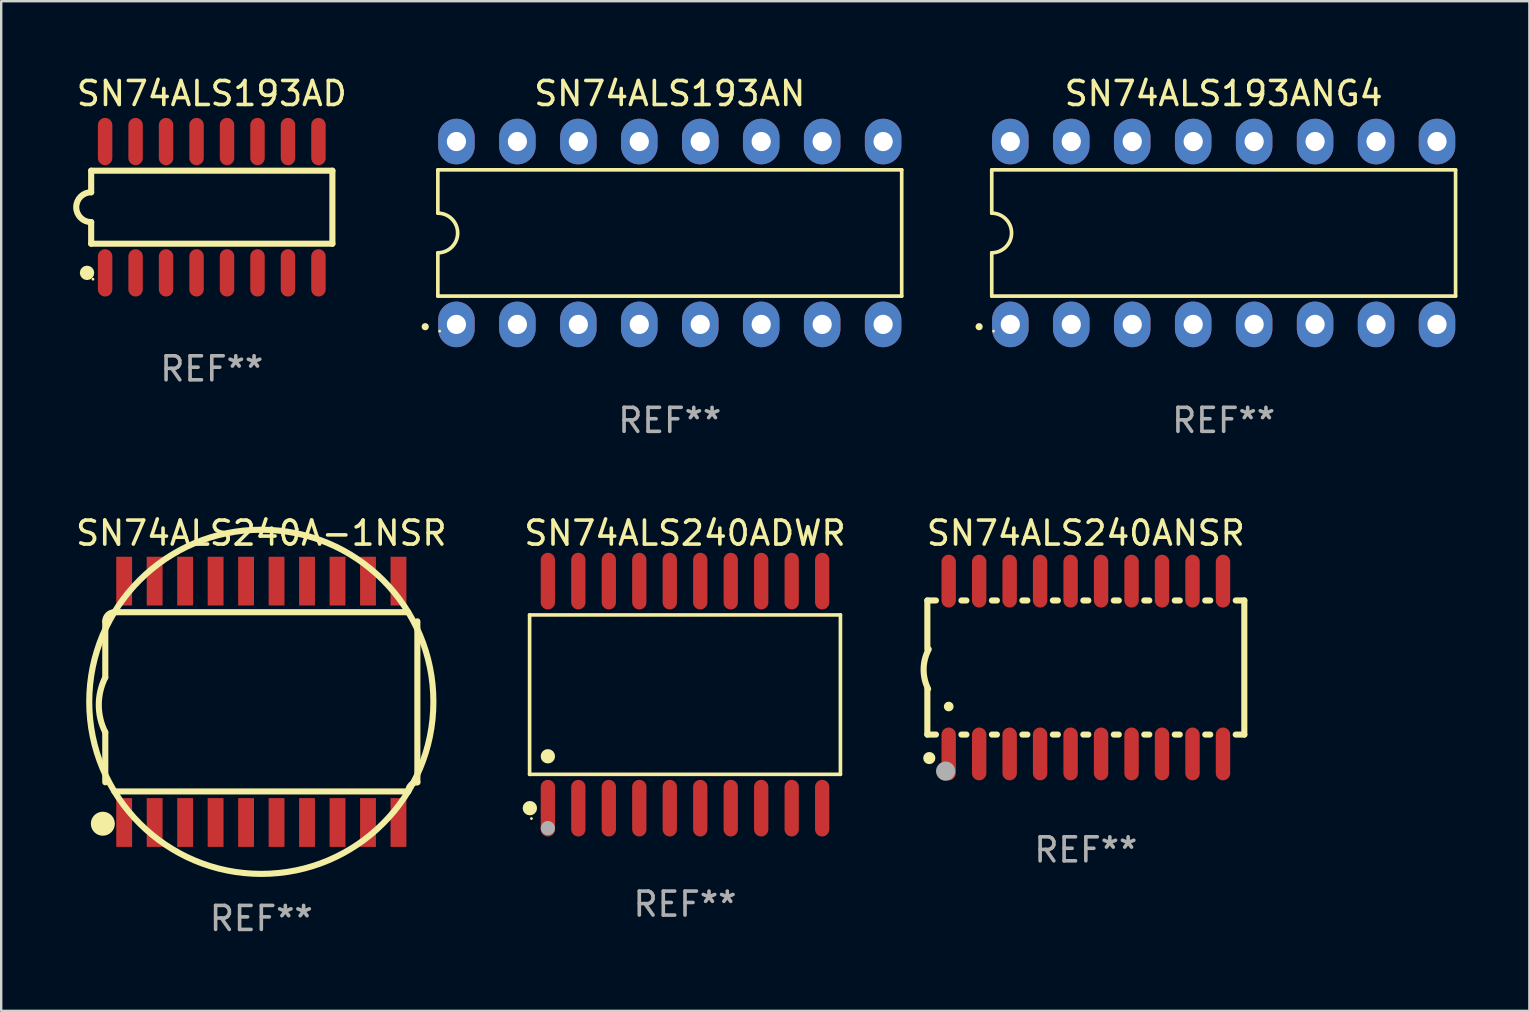
<source format=kicad_pcb>
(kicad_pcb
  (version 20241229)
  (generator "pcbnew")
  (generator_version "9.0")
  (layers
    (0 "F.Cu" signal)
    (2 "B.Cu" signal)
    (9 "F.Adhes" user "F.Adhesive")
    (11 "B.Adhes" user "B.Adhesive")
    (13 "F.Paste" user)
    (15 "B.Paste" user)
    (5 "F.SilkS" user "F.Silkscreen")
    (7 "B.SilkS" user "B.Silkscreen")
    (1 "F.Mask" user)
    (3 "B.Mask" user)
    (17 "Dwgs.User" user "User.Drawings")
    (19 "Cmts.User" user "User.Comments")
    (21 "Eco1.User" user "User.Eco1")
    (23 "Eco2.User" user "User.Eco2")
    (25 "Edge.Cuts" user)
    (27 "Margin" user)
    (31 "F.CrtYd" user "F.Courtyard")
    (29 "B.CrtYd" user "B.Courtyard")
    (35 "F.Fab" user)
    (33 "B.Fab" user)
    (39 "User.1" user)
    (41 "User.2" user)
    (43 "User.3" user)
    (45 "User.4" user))
  (footprint "SN74ALS193AD"
    (layer "F.Cu")
    (at 5.775 5.584)
    (property "Reference" "SN74ALS193AD" (at 0 -4.736 0) (layer "F.SilkS") (effects (font (size 1 1) (thickness 0.15))))
    (attr through_hole)
    (fp_line (start -5.026 -1.521) (end -5.026 -0.621) (stroke (width 0.254) (type solid)) (layer "F.SilkS"))
    (fp_line (start -5.026 -1.521) (end 5.026 -1.521) (stroke (width 0.254) (type solid)) (layer "F.SilkS"))
    (fp_line (start -5.026 1.521) (end -5.026 0.621) (stroke (width 0.254) (type solid)) (layer "F.SilkS"))
    (fp_line (start 5.026 -1.521) (end 5.026 1.521) (stroke (width 0.254) (type solid)) (layer "F.SilkS"))
    (fp_line (start 5.026 1.521) (end -5.026 1.521) (stroke (width 0.254) (type solid)) (layer "F.SilkS"))
    (fp_arc (start -5.026187 0.621387) (mid -5.647752 -0.000787) (end -5.025781 -0.622555) (stroke (width 0.254001) (type solid)) (layer "F.SilkS"))
    (fp_circle (center -5.198 2.736) (end -5.048 2.736) (stroke (width 0.3) (type solid)) (fill no) (layer "F.SilkS"))
    (fp_circle (center -4.95 3) (end -4.92 3) (stroke (width 0.06) (type solid)) (fill no) (layer "F.SilkS"))
    (fp_text user "REF**" (at 0 6.736 0) (layer "F.Fab") (effects (font (size 1 1) (thickness 0.15))))
    (pad "1" smd oval (at -4.445 2.736) (size 0.602 1.971) (layers "F.Cu" "F.Mask" "F.Paste"))
    (pad "2" smd oval (at -3.175 2.736) (size 0.602 1.971) (layers "F.Cu" "F.Mask" "F.Paste"))
    (pad "3" smd oval (at -1.905 2.736) (size 0.602 1.971) (layers "F.Cu" "F.Mask" "F.Paste"))
    (pad "4" smd oval (at -0.635 2.736) (size 0.602 1.971) (layers "F.Cu" "F.Mask" "F.Paste"))
    (pad "5" smd oval (at 0.635 2.736) (size 0.602 1.971) (layers "F.Cu" "F.Mask" "F.Paste"))
    (pad "6" smd oval (at 1.905 2.736) (size 0.602 1.971) (layers "F.Cu" "F.Mask" "F.Paste"))
    (pad "7" smd oval (at 3.175 2.736) (size 0.602 1.971) (layers "F.Cu" "F.Mask" "F.Paste"))
    (pad "8" smd oval (at 4.445 2.736) (size 0.602 1.971) (layers "F.Cu" "F.Mask" "F.Paste"))
    (pad "9" smd oval (at 4.445 -2.736) (size 0.602 1.971) (layers "F.Cu" "F.Mask" "F.Paste"))
    (pad "10" smd oval (at 3.175 -2.736) (size 0.602 1.971) (layers "F.Cu" "F.Mask" "F.Paste"))
    (pad "11" smd oval (at 1.905 -2.736) (size 0.602 1.971) (layers "F.Cu" "F.Mask" "F.Paste"))
    (pad "12" smd oval (at 0.635 -2.736) (size 0.602 1.971) (layers "F.Cu" "F.Mask" "F.Paste"))
    (pad "13" smd oval (at -0.635 -2.736) (size 0.602 1.971) (layers "F.Cu" "F.Mask" "F.Paste"))
    (pad "14" smd oval (at -1.905 -2.736) (size 0.602 1.971) (layers "F.Cu" "F.Mask" "F.Paste"))
    (pad "15" smd oval (at -3.175 -2.736) (size 0.602 1.971) (layers "F.Cu" "F.Mask" "F.Paste"))
    (pad "16" smd oval (at -4.445 -2.736) (size 0.602 1.971) (layers "F.Cu" "F.Mask" "F.Paste")))
  (footprint "SN74ALS240ANSR"
    (layer "F.Cu")
    (at 42.196 24.765)
    (property "Reference" "SN74ALS240ANSR" (at 0 -5.6 0) (layer "F.SilkS") (effects (font (size 1 1) (thickness 0.15))))
    (attr through_hole)
    (fp_line (start -6.604 -2.794) (end -6.246 -2.794) (stroke (width 0.254) (type solid)) (layer "F.SilkS"))
    (fp_line (start -6.604 -0.762) (end -6.604 -2.794) (stroke (width 0.254) (type solid)) (layer "F.SilkS"))
    (fp_line (start -6.604 2.794) (end -6.604 0.889) (stroke (width 0.254) (type solid)) (layer "F.SilkS"))
    (fp_line (start -6.246 2.794) (end -6.604 2.794) (stroke (width 0.254) (type solid)) (layer "F.SilkS"))
    (fp_line (start -5.184 -2.794) (end -4.976 -2.794) (stroke (width 0.254) (type solid)) (layer "F.SilkS"))
    (fp_line (start -4.976 2.794) (end -5.184 2.794) (stroke (width 0.254) (type solid)) (layer "F.SilkS"))
    (fp_line (start -3.914 -2.794) (end -3.706 -2.794) (stroke (width 0.254) (type solid)) (layer "F.SilkS"))
    (fp_line (start -3.706 2.794) (end -3.914 2.794) (stroke (width 0.254) (type solid)) (layer "F.SilkS"))
    (fp_line (start -2.644 -2.794) (end -2.436 -2.794) (stroke (width 0.254) (type solid)) (layer "F.SilkS"))
    (fp_line (start -2.436 2.794) (end -2.644 2.794) (stroke (width 0.254) (type solid)) (layer "F.SilkS"))
    (fp_line (start -1.374 -2.794) (end -1.166 -2.794) (stroke (width 0.254) (type solid)) (layer "F.SilkS"))
    (fp_line (start -1.166 2.794) (end -1.374 2.794) (stroke (width 0.254) (type solid)) (layer "F.SilkS"))
    (fp_line (start -0.104 -2.794) (end 0.104 -2.794) (stroke (width 0.254) (type solid)) (layer "F.SilkS"))
    (fp_line (start 0.104 2.794) (end -0.104 2.794) (stroke (width 0.254) (type solid)) (layer "F.SilkS"))
    (fp_line (start 1.166 -2.794) (end 1.374 -2.794) (stroke (width 0.254) (type solid)) (layer "F.SilkS"))
    (fp_line (start 1.374 2.794) (end 1.166 2.794) (stroke (width 0.254) (type solid)) (layer "F.SilkS"))
    (fp_line (start 2.436 -2.794) (end 2.644 -2.794) (stroke (width 0.254) (type solid)) (layer "F.SilkS"))
    (fp_line (start 2.644 2.794) (end 2.436 2.794) (stroke (width 0.254) (type solid)) (layer "F.SilkS"))
    (fp_line (start 3.706 -2.794) (end 3.914 -2.794) (stroke (width 0.254) (type solid)) (layer "F.SilkS"))
    (fp_line (start 3.914 2.794) (end 3.706 2.794) (stroke (width 0.254) (type solid)) (layer "F.SilkS"))
    (fp_line (start 4.976 -2.794) (end 5.184 -2.794) (stroke (width 0.254) (type solid)) (layer "F.SilkS"))
    (fp_line (start 5.184 2.794) (end 4.976 2.794) (stroke (width 0.254) (type solid)) (layer "F.SilkS"))
    (fp_line (start 6.246 -2.794) (end 6.604 -2.794) (stroke (width 0.254) (type solid)) (layer "F.SilkS"))
    (fp_line (start 6.604 -2.794) (end 6.604 2.794) (stroke (width 0.254) (type solid)) (layer "F.SilkS"))
    (fp_line (start 6.604 2.794) (end 6.246 2.794) (stroke (width 0.254) (type solid)) (layer "F.SilkS"))
    (fp_arc (start -6.572821 0.889028) (mid -6.759035 0.060466) (end -6.547422 -0.761976) (stroke (width 0.254001) (type solid)) (layer "F.SilkS"))
    (fp_arc (start -6.570993 3.749047) (mid -6.569723 3.749042) (end -6.568453 3.749047) (stroke (width 0.3) (type solid)) (layer "F.SilkS"))
    (fp_arc (start -5.715011 1.625603) (mid -5.713741 1.625599) (end -5.712471 1.625603) (stroke (width 0.4) (type solid)) (layer "F.SilkS"))
    (fp_circle (center -6.523 3.773) (end -6.396 3.773) (stroke (width 0.254) (type solid)) (fill no) (layer "F.SilkS"))
    (fp_circle (center -5.842 4.318) (end -5.642 4.318) (stroke (width 0.4) (type solid)) (fill no) (layer "F.Fab"))
    (fp_text user "REF**" (at 0 7.6 0) (layer "F.Fab") (effects (font (size 1 1) (thickness 0.15))))
    (pad "1" smd oval (at -5.715 3.6) (size 0.6 2.2) (layers "F.Cu" "F.Mask" "F.Paste"))
    (pad "2" smd oval (at -4.445 3.6) (size 0.6 2.2) (layers "F.Cu" "F.Mask" "F.Paste"))
    (pad "3" smd oval (at -3.175 3.6) (size 0.6 2.2) (layers "F.Cu" "F.Mask" "F.Paste"))
    (pad "4" smd oval (at -1.905 3.6) (size 0.6 2.2) (layers "F.Cu" "F.Mask" "F.Paste"))
    (pad "5" smd oval (at -0.635 3.6) (size 0.6 2.2) (layers "F.Cu" "F.Mask" "F.Paste"))
    (pad "6" smd oval (at 0.635 3.6) (size 0.6 2.2) (layers "F.Cu" "F.Mask" "F.Paste"))
    (pad "7" smd oval (at 1.905 3.6) (size 0.6 2.2) (layers "F.Cu" "F.Mask" "F.Paste"))
    (pad "8" smd oval (at 3.175 3.6) (size 0.6 2.2) (layers "F.Cu" "F.Mask" "F.Paste"))
    (pad "9" smd oval (at 4.445 3.6) (size 0.6 2.2) (layers "F.Cu" "F.Mask" "F.Paste"))
    (pad "10" smd oval (at 5.715 3.6) (size 0.6 2.2) (layers "F.Cu" "F.Mask" "F.Paste"))
    (pad "11" smd oval (at 5.715 -3.6 180) (size 0.6 2.2) (layers "F.Cu" "F.Mask" "F.Paste"))
    (pad "12" smd oval (at 4.445 -3.6 180) (size 0.6 2.2) (layers "F.Cu" "F.Mask" "F.Paste"))
    (pad "13" smd oval (at 3.175 -3.6 180) (size 0.6 2.2) (layers "F.Cu" "F.Mask" "F.Paste"))
    (pad "14" smd oval (at 1.905 -3.6 180) (size 0.6 2.2) (layers "F.Cu" "F.Mask" "F.Paste"))
    (pad "15" smd oval (at 0.635 -3.6 180) (size 0.6 2.2) (layers "F.Cu" "F.Mask" "F.Paste"))
    (pad "16" smd oval (at -0.635 -3.6 180) (size 0.6 2.2) (layers "F.Cu" "F.Mask" "F.Paste"))
    (pad "17" smd oval (at -1.905 -3.6 180) (size 0.6 2.2) (layers "F.Cu" "F.Mask" "F.Paste"))
    (pad "18" smd oval (at -3.175 -3.6 180) (size 0.6 2.2) (layers "F.Cu" "F.Mask" "F.Paste"))
    (pad "19" smd oval (at -4.445 -3.6 180) (size 0.6 2.2) (layers "F.Cu" "F.Mask" "F.Paste"))
    (pad "20" smd oval (at -5.715 -3.6 180) (size 0.6 2.2) (layers "F.Cu" "F.Mask" "F.Paste")))
  (footprint "SN74ALS240A-1NSR"
    (layer "F.Cu")
    (at 7.839 26.194)
    (property "Reference" "SN74ALS240A-1NSR" (at 0 -7.029 0) (layer "F.SilkS") (effects (font (size 1 1) (thickness 0.15))))
    (attr through_hole)
    (fp_line (start -6.502 -3.353) (end -6.502 -1.016) (stroke (width 0.254) (type solid)) (layer "F.SilkS"))
    (fp_line (start -6.502 3.353) (end -6.502 1.27) (stroke (width 0.254) (type solid)) (layer "F.SilkS"))
    (fp_line (start -6.121 3.734) (end 6.121 3.734) (stroke (width 0.254) (type solid)) (layer "F.SilkS"))
    (fp_line (start 6.121 -3.734) (end -6.121 -3.734) (stroke (width 0.254) (type solid)) (layer "F.SilkS"))
    (fp_line (start 6.502 3.353) (end 6.502 -3.353) (stroke (width 0.254) (type solid)) (layer "F.SilkS"))
    (fp_arc (start -6.502413 -3.352781) (mid -6.390821 -3.622189) (end -6.121413 -3.733782) (stroke (width 0.254001) (type solid)) (layer "F.SilkS"))
    (fp_arc (start -6.502413 1.270003) (mid -6.77224 0.127) (end -6.502413 -1.016002) (stroke (width 0.254001) (type solid)) (layer "F.SilkS"))
    (fp_arc (start 6.121387 -3.733782) (mid -6.121409 3.733804) (end 6.121387 -3.733782) (stroke (width 0.254001) (type solid)) (layer "F.SilkS"))
    (fp_arc (start 6.121387 3.733807) (mid 6.23298 3.464399) (end 6.502388 3.352807) (stroke (width 0.254001) (type solid)) (layer "F.SilkS"))
    (fp_circle (center -6.604 5.08) (end -6.354 5.08) (stroke (width 0.5) (type solid)) (fill no) (layer "F.SilkS"))
    (fp_circle (center -6.4 5.15) (end -6.3 5.15) (stroke (width 0.2) (type solid)) (fill no) (layer "F.SilkS"))
    (fp_text user "REF**" (at 0 9.029 0) (layer "F.Fab") (effects (font (size 1 1) (thickness 0.15))))
    (pad "1" smd rect (at -5.715 5.029) (size 0.66 2.032) (layers "F.Cu" "F.Mask" "F.Paste"))
    (pad "2" smd rect (at -4.445 5.029) (size 0.66 2.032) (layers "F.Cu" "F.Mask" "F.Paste"))
    (pad "3" smd rect (at -3.175 5.029) (size 0.66 2.032) (layers "F.Cu" "F.Mask" "F.Paste"))
    (pad "4" smd rect (at -1.905 5.029) (size 0.66 2.032) (layers "F.Cu" "F.Mask" "F.Paste"))
    (pad "5" smd rect (at -0.635 5.029) (size 0.66 2.032) (layers "F.Cu" "F.Mask" "F.Paste"))
    (pad "6" smd rect (at 0.635 5.029) (size 0.66 2.032) (layers "F.Cu" "F.Mask" "F.Paste"))
    (pad "7" smd rect (at 1.905 5.029) (size 0.66 2.032) (layers "F.Cu" "F.Mask" "F.Paste"))
    (pad "8" smd rect (at 3.175 5.029) (size 0.66 2.032) (layers "F.Cu" "F.Mask" "F.Paste"))
    (pad "9" smd rect (at 4.445 5.029) (size 0.66 2.032) (layers "F.Cu" "F.Mask" "F.Paste"))
    (pad "10" smd rect (at 5.715 5.029) (size 0.66 2.032) (layers "F.Cu" "F.Mask" "F.Paste"))
    (pad "11" smd rect (at 5.715 -5.029) (size 0.66 2.032) (layers "F.Cu" "F.Mask" "F.Paste"))
    (pad "12" smd rect (at 4.445 -5.029) (size 0.66 2.032) (layers "F.Cu" "F.Mask" "F.Paste"))
    (pad "13" smd rect (at 3.175 -5.029) (size 0.66 2.032) (layers "F.Cu" "F.Mask" "F.Paste"))
    (pad "14" smd rect (at 1.905 -5.029) (size 0.66 2.032) (layers "F.Cu" "F.Mask" "F.Paste"))
    (pad "15" smd rect (at 0.635 -5.029) (size 0.66 2.032) (layers "F.Cu" "F.Mask" "F.Paste"))
    (pad "16" smd rect (at -0.635 -5.029) (size 0.66 2.032) (layers "F.Cu" "F.Mask" "F.Paste"))
    (pad "17" smd rect (at -1.905 -5.029) (size 0.66 2.032) (layers "F.Cu" "F.Mask" "F.Paste"))
    (pad "18" smd rect (at -3.175 -5.029) (size 0.66 2.032) (layers "F.Cu" "F.Mask" "F.Paste"))
    (pad "19" smd rect (at -4.445 -5.029) (size 0.66 2.032) (layers "F.Cu" "F.Mask" "F.Paste"))
    (pad "20" smd rect (at -5.715 -5.029) (size 0.66 2.032) (layers "F.Cu" "F.Mask" "F.Paste")))
  (footprint "SN74ALS240ADWR"
    (layer "F.Cu")
    (at 25.494 25.895)
    (property "Reference" "SN74ALS240ADWR" (at 0 -6.73 0) (layer "F.SilkS") (effects (font (size 1 1) (thickness 0.15))))
    (attr through_hole)
    (fp_line (start -6.476 -3.321) (end 6.476 -3.321) (stroke (width 0.152) (type solid)) (layer "F.SilkS"))
    (fp_line (start -6.476 3.321) (end -6.476 -3.321) (stroke (width 0.152) (type solid)) (layer "F.SilkS"))
    (fp_line (start 6.476 -3.321) (end 6.476 3.321) (stroke (width 0.152) (type solid)) (layer "F.SilkS"))
    (fp_line (start 6.476 3.321) (end -6.476 3.321) (stroke (width 0.152) (type solid)) (layer "F.SilkS"))
    (fp_circle (center -6.465 4.73) (end -6.315 4.73) (stroke (width 0.3) (type solid)) (fill no) (layer "F.SilkS"))
    (fp_circle (center -6.4 5.163) (end -6.37 5.163) (stroke (width 0.06) (type solid)) (fill no) (layer "F.SilkS"))
    (fp_circle (center -5.715 2.569) (end -5.565 2.569) (stroke (width 0.3) (type solid)) (fill no) (layer "F.SilkS"))
    (fp_circle (center -5.715 5.563) (end -5.565 5.563) (stroke (width 0.3) (type solid)) (fill no) (layer "F.Fab"))
    (fp_text user "REF**" (at 0 8.73 0) (layer "F.Fab") (effects (font (size 1 1) (thickness 0.15))))
    (pad "1" smd oval (at -5.715 4.73) (size 0.595 2.36) (layers "F.Cu" "F.Mask" "F.Paste"))
    (pad "2" smd oval (at -4.445 4.73) (size 0.595 2.36) (layers "F.Cu" "F.Mask" "F.Paste"))
    (pad "3" smd oval (at -3.175 4.73) (size 0.595 2.36) (layers "F.Cu" "F.Mask" "F.Paste"))
    (pad "4" smd oval (at -1.905 4.73) (size 0.595 2.36) (layers "F.Cu" "F.Mask" "F.Paste"))
    (pad "5" smd oval (at -0.635 4.73) (size 0.595 2.36) (layers "F.Cu" "F.Mask" "F.Paste"))
    (pad "6" smd oval (at 0.635 4.73) (size 0.595 2.36) (layers "F.Cu" "F.Mask" "F.Paste"))
    (pad "7" smd oval (at 1.905 4.73) (size 0.595 2.36) (layers "F.Cu" "F.Mask" "F.Paste"))
    (pad "8" smd oval (at 3.175 4.73) (size 0.595 2.36) (layers "F.Cu" "F.Mask" "F.Paste"))
    (pad "9" smd oval (at 4.445 4.73) (size 0.595 2.36) (layers "F.Cu" "F.Mask" "F.Paste"))
    (pad "10" smd oval (at 5.715 4.73) (size 0.595 2.36) (layers "F.Cu" "F.Mask" "F.Paste"))
    (pad "11" smd oval (at 5.715 -4.73) (size 0.595 2.36) (layers "F.Cu" "F.Mask" "F.Paste"))
    (pad "12" smd oval (at 4.445 -4.73) (size 0.595 2.36) (layers "F.Cu" "F.Mask" "F.Paste"))
    (pad "13" smd oval (at 3.175 -4.73) (size 0.595 2.36) (layers "F.Cu" "F.Mask" "F.Paste"))
    (pad "14" smd oval (at 1.905 -4.73) (size 0.595 2.36) (layers "F.Cu" "F.Mask" "F.Paste"))
    (pad "15" smd oval (at 0.635 -4.73) (size 0.595 2.36) (layers "F.Cu" "F.Mask" "F.Paste"))
    (pad "16" smd oval (at -0.635 -4.73) (size 0.595 2.36) (layers "F.Cu" "F.Mask" "F.Paste"))
    (pad "17" smd oval (at -1.905 -4.73) (size 0.595 2.36) (layers "F.Cu" "F.Mask" "F.Paste"))
    (pad "18" smd oval (at -3.175 -4.73) (size 0.595 2.36) (layers "F.Cu" "F.Mask" "F.Paste"))
    (pad "19" smd oval (at -4.445 -4.73) (size 0.595 2.36) (layers "F.Cu" "F.Mask" "F.Paste"))
    (pad "20" smd oval (at -5.715 -4.73) (size 0.595 2.36) (layers "F.Cu" "F.Mask" "F.Paste")))
  (footprint "SN74ALS193AN"
    (layer "F.Cu")
    (at 24.859 6.658)
    (property "Reference" "SN74ALS193AN" (at 0 -5.81 0) (layer "F.SilkS") (effects (font (size 1 1) (thickness 0.15))))
    (attr through_hole)
    (fp_line (start -9.664 -2.631) (end -9.664 -0.826) (stroke (width 0.152) (type solid)) (layer "F.SilkS"))
    (fp_line (start -9.664 0.826) (end -9.664 2.631) (stroke (width 0.152) (type solid)) (layer "F.SilkS"))
    (fp_line (start -9.664 2.631) (end 9.664 2.631) (stroke (width 0.152) (type solid)) (layer "F.SilkS"))
    (fp_line (start 9.664 -2.631) (end -9.664 -2.631) (stroke (width 0.152) (type solid)) (layer "F.SilkS"))
    (fp_line (start 9.664 2.631) (end 9.664 -2.631) (stroke (width 0.152) (type solid)) (layer "F.SilkS"))
    (fp_arc (start -9.663701 -0.825626) (mid -8.838075 0) (end -9.663701 0.825626) (stroke (width 0.1524) (type solid)) (layer "F.SilkS"))
    (fp_circle (center -10.19 3.905) (end -10.115 3.905) (stroke (width 0.15) (type solid)) (fill no) (layer "F.SilkS"))
    (fp_circle (center -9.588 4.09) (end -9.558 4.09) (stroke (width 0.06) (type solid)) (fill no) (layer "F.SilkS"))
    (fp_text user "REF**" (at 0 7.81 0) (layer "F.Fab") (effects (font (size 1 1) (thickness 0.15))))
    (pad "1" thru_hole oval (at -8.89 3.81) (size 1.52 1.9) (drill 0.8) (layers "*.Cu" "*.Mask"))
    (pad "2" thru_hole oval (at -6.35 3.81) (size 1.52 1.9) (drill 0.8) (layers "*.Cu" "*.Mask"))
    (pad "3" thru_hole oval (at -3.81 3.81) (size 1.52 1.9) (drill 0.8) (layers "*.Cu" "*.Mask"))
    (pad "4" thru_hole oval (at -1.27 3.81) (size 1.52 1.9) (drill 0.8) (layers "*.Cu" "*.Mask"))
    (pad "5" thru_hole oval (at 1.27 3.81) (size 1.52 1.9) (drill 0.8) (layers "*.Cu" "*.Mask"))
    (pad "6" thru_hole oval (at 3.81 3.81) (size 1.52 1.9) (drill 0.8) (layers "*.Cu" "*.Mask"))
    (pad "7" thru_hole oval (at 6.35 3.81) (size 1.52 1.9) (drill 0.8) (layers "*.Cu" "*.Mask"))
    (pad "8" thru_hole oval (at 8.89 3.81) (size 1.52 1.9) (drill 0.8) (layers "*.Cu" "*.Mask"))
    (pad "9" thru_hole oval (at 8.89 -3.81) (size 1.52 1.9) (drill 0.8) (layers "*.Cu" "*.Mask"))
    (pad "10" thru_hole oval (at 6.35 -3.81) (size 1.52 1.9) (drill 0.8) (layers "*.Cu" "*.Mask"))
    (pad "11" thru_hole oval (at 3.81 -3.81) (size 1.52 1.9) (drill 0.8) (layers "*.Cu" "*.Mask"))
    (pad "12" thru_hole oval (at 1.27 -3.81) (size 1.52 1.9) (drill 0.8) (layers "*.Cu" "*.Mask"))
    (pad "13" thru_hole oval (at -1.27 -3.81) (size 1.52 1.9) (drill 0.8) (layers "*.Cu" "*.Mask"))
    (pad "14" thru_hole oval (at -3.81 -3.81) (size 1.52 1.9) (drill 0.8) (layers "*.Cu" "*.Mask"))
    (pad "15" thru_hole oval (at -6.35 -3.81) (size 1.52 1.9) (drill 0.8) (layers "*.Cu" "*.Mask"))
    (pad "16" thru_hole oval (at -8.89 -3.81) (size 1.52 1.9) (drill 0.8) (layers "*.Cu" "*.Mask")))
  (footprint "SN74ALS193ANG4"
    (layer "F.Cu")
    (at 47.939 6.658)
    (property "Reference" "SN74ALS193ANG4" (at 0 -5.81 0) (layer "F.SilkS") (effects (font (size 1 1) (thickness 0.15))))
    (attr through_hole)
    (fp_line (start -9.664 -2.631) (end -9.664 -0.826) (stroke (width 0.152) (type solid)) (layer "F.SilkS"))
    (fp_line (start -9.664 0.826) (end -9.664 2.631) (stroke (width 0.152) (type solid)) (layer "F.SilkS"))
    (fp_line (start -9.664 2.631) (end 9.664 2.631) (stroke (width 0.152) (type solid)) (layer "F.SilkS"))
    (fp_line (start 9.664 -2.631) (end -9.664 -2.631) (stroke (width 0.152) (type solid)) (layer "F.SilkS"))
    (fp_line (start 9.664 2.631) (end 9.664 -2.631) (stroke (width 0.152) (type solid)) (layer "F.SilkS"))
    (fp_arc (start -9.663701 -0.825626) (mid -8.838075 0) (end -9.663701 0.825626) (stroke (width 0.1524) (type solid)) (layer "F.SilkS"))
    (fp_circle (center -10.19 3.905) (end -10.115 3.905) (stroke (width 0.15) (type solid)) (fill no) (layer "F.SilkS"))
    (fp_circle (center -9.588 4.09) (end -9.558 4.09) (stroke (width 0.06) (type solid)) (fill no) (layer "F.SilkS"))
    (fp_text user "REF**" (at 0 7.81 0) (layer "F.Fab") (effects (font (size 1 1) (thickness 0.15))))
    (pad "1" thru_hole oval (at -8.89 3.81) (size 1.52 1.9) (drill 0.8) (layers "*.Cu" "*.Mask"))
    (pad "2" thru_hole oval (at -6.35 3.81) (size 1.52 1.9) (drill 0.8) (layers "*.Cu" "*.Mask"))
    (pad "3" thru_hole oval (at -3.81 3.81) (size 1.52 1.9) (drill 0.8) (layers "*.Cu" "*.Mask"))
    (pad "4" thru_hole oval (at -1.27 3.81) (size 1.52 1.9) (drill 0.8) (layers "*.Cu" "*.Mask"))
    (pad "5" thru_hole oval (at 1.27 3.81) (size 1.52 1.9) (drill 0.8) (layers "*.Cu" "*.Mask"))
    (pad "6" thru_hole oval (at 3.81 3.81) (size 1.52 1.9) (drill 0.8) (layers "*.Cu" "*.Mask"))
    (pad "7" thru_hole oval (at 6.35 3.81) (size 1.52 1.9) (drill 0.8) (layers "*.Cu" "*.Mask"))
    (pad "8" thru_hole oval (at 8.89 3.81) (size 1.52 1.9) (drill 0.8) (layers "*.Cu" "*.Mask"))
    (pad "9" thru_hole oval (at 8.89 -3.81) (size 1.52 1.9) (drill 0.8) (layers "*.Cu" "*.Mask"))
    (pad "10" thru_hole oval (at 6.35 -3.81) (size 1.52 1.9) (drill 0.8) (layers "*.Cu" "*.Mask"))
    (pad "11" thru_hole oval (at 3.81 -3.81) (size 1.52 1.9) (drill 0.8) (layers "*.Cu" "*.Mask"))
    (pad "12" thru_hole oval (at 1.27 -3.81) (size 1.52 1.9) (drill 0.8) (layers "*.Cu" "*.Mask"))
    (pad "13" thru_hole oval (at -1.27 -3.81) (size 1.52 1.9) (drill 0.8) (layers "*.Cu" "*.Mask"))
    (pad "14" thru_hole oval (at -3.81 -3.81) (size 1.52 1.9) (drill 0.8) (layers "*.Cu" "*.Mask"))
    (pad "15" thru_hole oval (at -6.35 -3.81) (size 1.52 1.9) (drill 0.8) (layers "*.Cu" "*.Mask"))
    (pad "16" thru_hole oval (at -8.89 -3.81) (size 1.52 1.9) (drill 0.8) (layers "*.Cu" "*.Mask")))
  (gr_rect
    (start -3 -3)
    (end 60.678 39.071)
    (stroke (width 0.1) (type default))
    (fill no)
    (layer "Edge.Cuts")))
</source>
